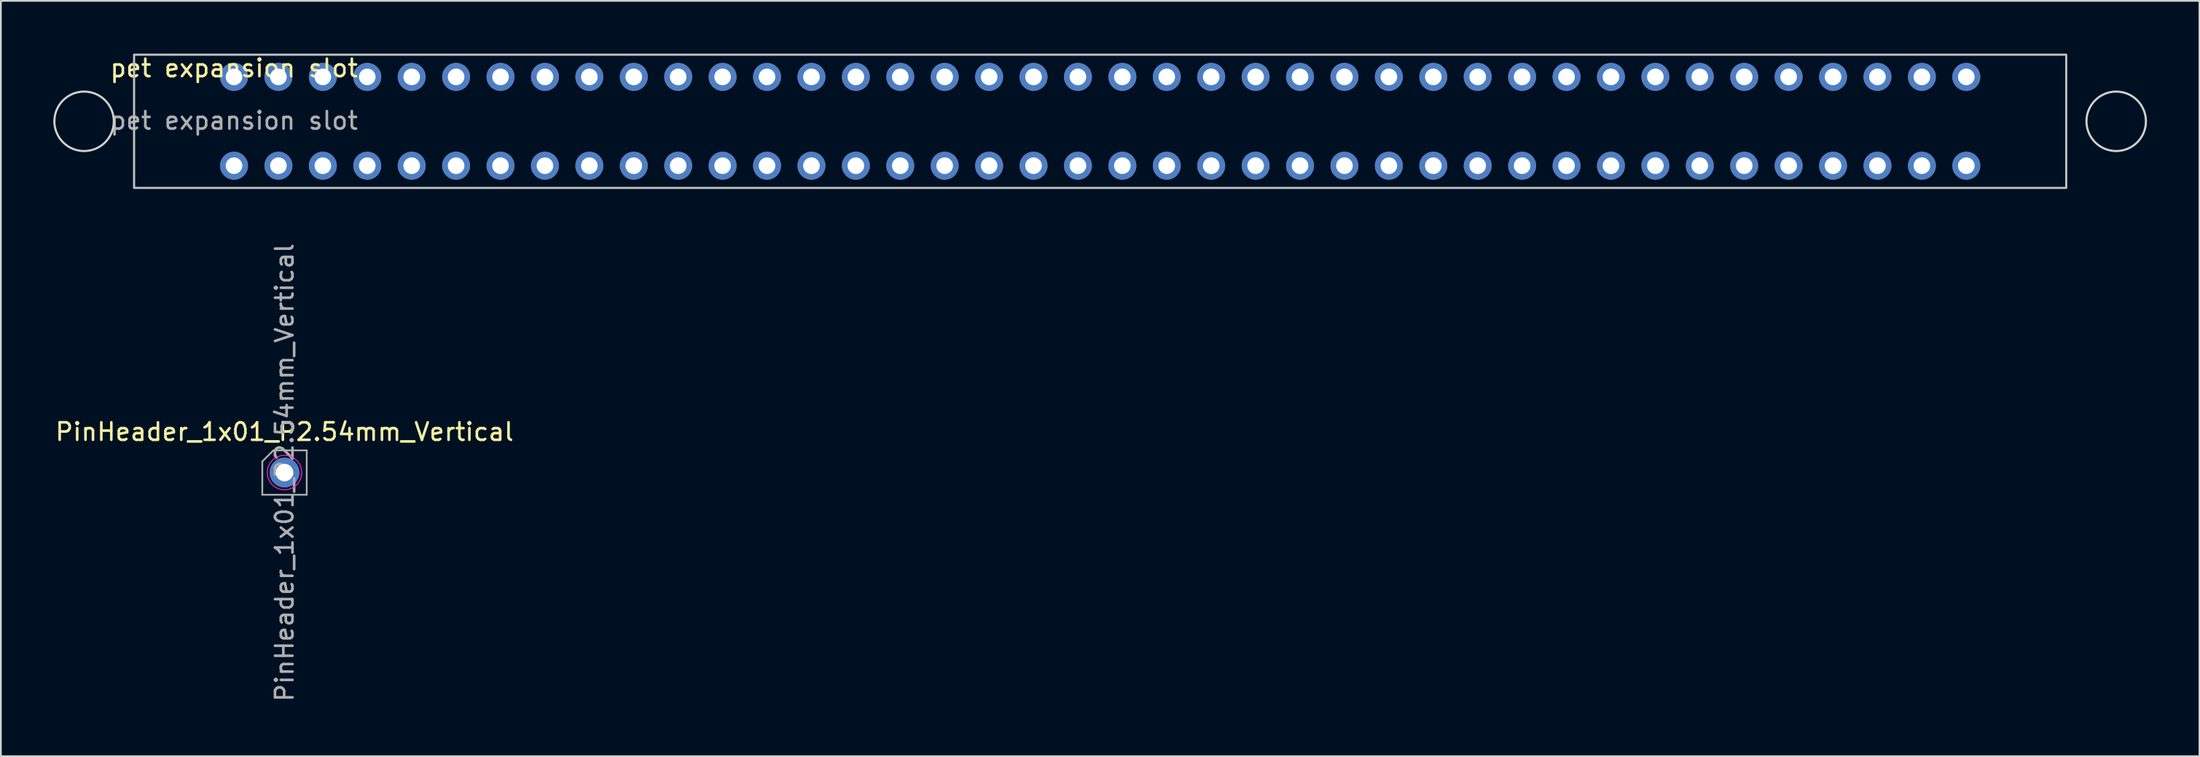
<source format=kicad_pcb>
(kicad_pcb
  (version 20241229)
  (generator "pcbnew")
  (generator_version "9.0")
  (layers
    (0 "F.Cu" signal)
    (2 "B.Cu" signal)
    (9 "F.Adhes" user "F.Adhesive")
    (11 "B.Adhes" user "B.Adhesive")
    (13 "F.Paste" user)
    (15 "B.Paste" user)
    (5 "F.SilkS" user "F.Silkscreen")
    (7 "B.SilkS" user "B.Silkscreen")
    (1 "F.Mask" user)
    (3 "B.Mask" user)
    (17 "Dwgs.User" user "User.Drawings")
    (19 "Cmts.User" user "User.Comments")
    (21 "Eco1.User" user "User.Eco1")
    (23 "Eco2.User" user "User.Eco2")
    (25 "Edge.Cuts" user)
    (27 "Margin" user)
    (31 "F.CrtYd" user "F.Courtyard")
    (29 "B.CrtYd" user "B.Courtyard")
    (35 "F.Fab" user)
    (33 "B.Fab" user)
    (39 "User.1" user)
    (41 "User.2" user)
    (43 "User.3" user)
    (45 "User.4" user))
  (footprint "pet expansion slot"
    (layer "F.Cu")
    (at 10.332 1.348)
    (property "Reference" "pet expansion slot" (at 0 -0.5 0) (unlocked yes) (layer "F.SilkS") (effects (font (size 1 1) (thickness 0.15))))
    (attr through_hole)
    (fp_rect (start -5.715 -1.27) (end 104.775 6.35) (stroke (width 0.12) (type default)) (fill no) (layer "Dwgs.User"))
    (fp_circle (center -8.572 2.54) (end -6.872 2.54) (stroke (width 0.12) (type default)) (fill no) (layer "Edge.Cuts"))
    (fp_circle (center 107.632 2.54) (end 109.332 2.54) (stroke (width 0.12) (type default)) (fill no) (layer "Edge.Cuts"))
    (fp_text user "${REFERENCE}" (at 0 2.5 0) (unlocked yes) (layer "F.Fab") (effects (font (size 1 1) (thickness 0.15))))
    (pad "1" thru_hole circle (at 0 0) (size 1.6 1.6) (drill 0.95) (layers "*.Cu" "*.Mask"))
    (pad "2" thru_hole circle (at 2.54 0) (size 1.6 1.6) (drill 0.95) (layers "*.Cu" "*.Mask"))
    (pad "3" thru_hole circle (at 5.08 0) (size 1.6 1.6) (drill 0.95) (layers "*.Cu" "*.Mask"))
    (pad "4" thru_hole circle (at 7.62 0) (size 1.6 1.6) (drill 0.95) (layers "*.Cu" "*.Mask"))
    (pad "5" thru_hole circle (at 10.16 0) (size 1.6 1.6) (drill 0.95) (layers "*.Cu" "*.Mask"))
    (pad "6" thru_hole circle (at 12.7 0) (size 1.6 1.6) (drill 0.95) (layers "*.Cu" "*.Mask"))
    (pad "7" thru_hole circle (at 15.24 0) (size 1.6 1.6) (drill 0.95) (layers "*.Cu" "*.Mask"))
    (pad "8" thru_hole circle (at 17.78 0) (size 1.6 1.6) (drill 0.95) (layers "*.Cu" "*.Mask"))
    (pad "9" thru_hole circle (at 20.32 0) (size 1.6 1.6) (drill 0.95) (layers "*.Cu" "*.Mask"))
    (pad "10" thru_hole circle (at 22.86 0) (size 1.6 1.6) (drill 0.95) (layers "*.Cu" "*.Mask"))
    (pad "11" thru_hole circle (at 25.4 0) (size 1.6 1.6) (drill 0.95) (layers "*.Cu" "*.Mask"))
    (pad "12" thru_hole circle (at 27.94 0) (size 1.6 1.6) (drill 0.95) (layers "*.Cu" "*.Mask"))
    (pad "13" thru_hole circle (at 30.48 0) (size 1.6 1.6) (drill 0.95) (layers "*.Cu" "*.Mask"))
    (pad "14" thru_hole circle (at 33.02 0) (size 1.6 1.6) (drill 0.95) (layers "*.Cu" "*.Mask"))
    (pad "15" thru_hole circle (at 35.56 0) (size 1.6 1.6) (drill 0.95) (layers "*.Cu" "*.Mask"))
    (pad "16" thru_hole circle (at 38.1 0) (size 1.6 1.6) (drill 0.95) (layers "*.Cu" "*.Mask"))
    (pad "17" thru_hole circle (at 40.64 0) (size 1.6 1.6) (drill 0.95) (layers "*.Cu" "*.Mask"))
    (pad "18" thru_hole circle (at 43.18 0) (size 1.6 1.6) (drill 0.95) (layers "*.Cu" "*.Mask"))
    (pad "19" thru_hole circle (at 45.72 0) (size 1.6 1.6) (drill 0.95) (layers "*.Cu" "*.Mask"))
    (pad "20" thru_hole circle (at 48.26 0) (size 1.6 1.6) (drill 0.95) (layers "*.Cu" "*.Mask"))
    (pad "21" thru_hole circle (at 50.8 0) (size 1.6 1.6) (drill 0.95) (layers "*.Cu" "*.Mask"))
    (pad "22" thru_hole circle (at 53.34 0) (size 1.6 1.6) (drill 0.95) (layers "*.Cu" "*.Mask"))
    (pad "23" thru_hole circle (at 55.88 0) (size 1.6 1.6) (drill 0.95) (layers "*.Cu" "*.Mask"))
    (pad "24" thru_hole circle (at 58.42 0) (size 1.6 1.6) (drill 0.95) (layers "*.Cu" "*.Mask"))
    (pad "25" thru_hole circle (at 60.96 0) (size 1.6 1.6) (drill 0.95) (layers "*.Cu" "*.Mask"))
    (pad "26" thru_hole circle (at 63.5 0) (size 1.6 1.6) (drill 0.95) (layers "*.Cu" "*.Mask"))
    (pad "27" thru_hole circle (at 66.04 0) (size 1.6 1.6) (drill 0.95) (layers "*.Cu" "*.Mask"))
    (pad "28" thru_hole circle (at 68.58 0) (size 1.6 1.6) (drill 0.95) (layers "*.Cu" "*.Mask"))
    (pad "29" thru_hole circle (at 71.12 0) (size 1.6 1.6) (drill 0.95) (layers "*.Cu" "*.Mask"))
    (pad "30" thru_hole circle (at 73.66 0) (size 1.6 1.6) (drill 0.95) (layers "*.Cu" "*.Mask"))
    (pad "31" thru_hole circle (at 76.2 0) (size 1.6 1.6) (drill 0.95) (layers "*.Cu" "*.Mask"))
    (pad "32" thru_hole circle (at 78.74 0) (size 1.6 1.6) (drill 0.95) (layers "*.Cu" "*.Mask"))
    (pad "33" thru_hole circle (at 81.28 0) (size 1.6 1.6) (drill 0.95) (layers "*.Cu" "*.Mask"))
    (pad "34" thru_hole circle (at 83.82 0) (size 1.6 1.6) (drill 0.95) (layers "*.Cu" "*.Mask"))
    (pad "35" thru_hole circle (at 86.36 0) (size 1.6 1.6) (drill 0.95) (layers "*.Cu" "*.Mask"))
    (pad "36" thru_hole circle (at 88.9 0) (size 1.6 1.6) (drill 0.95) (layers "*.Cu" "*.Mask"))
    (pad "37" thru_hole circle (at 91.44 0) (size 1.6 1.6) (drill 0.95) (layers "*.Cu" "*.Mask"))
    (pad "38" thru_hole circle (at 93.98 0) (size 1.6 1.6) (drill 0.95) (layers "*.Cu" "*.Mask"))
    (pad "39" thru_hole circle (at 96.52 0) (size 1.6 1.6) (drill 0.95) (layers "*.Cu" "*.Mask"))
    (pad "40" thru_hole circle (at 99.06 0) (size 1.6 1.6) (drill 0.95) (layers "*.Cu" "*.Mask"))
    (pad "41" thru_hole circle (at 0 5.08) (size 1.6 1.6) (drill 0.95) (layers "*.Cu" "*.Mask"))
    (pad "42" thru_hole circle (at 2.54 5.08) (size 1.6 1.6) (drill 0.95) (layers "*.Cu" "*.Mask"))
    (pad "43" thru_hole circle (at 5.08 5.08) (size 1.6 1.6) (drill 0.95) (layers "*.Cu" "*.Mask"))
    (pad "44" thru_hole circle (at 7.62 5.08) (size 1.6 1.6) (drill 0.95) (layers "*.Cu" "*.Mask"))
    (pad "45" thru_hole circle (at 10.16 5.08) (size 1.6 1.6) (drill 0.95) (layers "*.Cu" "*.Mask"))
    (pad "46" thru_hole circle (at 12.7 5.08) (size 1.6 1.6) (drill 0.95) (layers "*.Cu" "*.Mask"))
    (pad "47" thru_hole circle (at 15.24 5.08) (size 1.6 1.6) (drill 0.95) (layers "*.Cu" "*.Mask"))
    (pad "48" thru_hole circle (at 17.78 5.08) (size 1.6 1.6) (drill 0.95) (layers "*.Cu" "*.Mask"))
    (pad "49" thru_hole circle (at 20.32 5.08) (size 1.6 1.6) (drill 0.95) (layers "*.Cu" "*.Mask"))
    (pad "50" thru_hole circle (at 22.86 5.08) (size 1.6 1.6) (drill 0.95) (layers "*.Cu" "*.Mask"))
    (pad "51" thru_hole circle (at 25.4 5.08) (size 1.6 1.6) (drill 0.95) (layers "*.Cu" "*.Mask"))
    (pad "52" thru_hole circle (at 27.94 5.08) (size 1.6 1.6) (drill 0.95) (layers "*.Cu" "*.Mask"))
    (pad "53" thru_hole circle (at 30.48 5.08) (size 1.6 1.6) (drill 0.95) (layers "*.Cu" "*.Mask"))
    (pad "54" thru_hole circle (at 33.02 5.08) (size 1.6 1.6) (drill 0.95) (layers "*.Cu" "*.Mask"))
    (pad "55" thru_hole circle (at 35.56 5.08) (size 1.6 1.6) (drill 0.95) (layers "*.Cu" "*.Mask"))
    (pad "56" thru_hole circle (at 38.1 5.08) (size 1.6 1.6) (drill 0.95) (layers "*.Cu" "*.Mask"))
    (pad "57" thru_hole circle (at 40.64 5.08) (size 1.6 1.6) (drill 0.95) (layers "*.Cu" "*.Mask"))
    (pad "58" thru_hole circle (at 43.18 5.08) (size 1.6 1.6) (drill 0.95) (layers "*.Cu" "*.Mask"))
    (pad "59" thru_hole circle (at 45.72 5.08) (size 1.6 1.6) (drill 0.95) (layers "*.Cu" "*.Mask"))
    (pad "60" thru_hole circle (at 48.26 5.08) (size 1.6 1.6) (drill 0.95) (layers "*.Cu" "*.Mask"))
    (pad "61" thru_hole circle (at 50.8 5.08) (size 1.6 1.6) (drill 0.95) (layers "*.Cu" "*.Mask"))
    (pad "62" thru_hole circle (at 53.34 5.08) (size 1.6 1.6) (drill 0.95) (layers "*.Cu" "*.Mask"))
    (pad "63" thru_hole circle (at 55.88 5.08) (size 1.6 1.6) (drill 0.95) (layers "*.Cu" "*.Mask"))
    (pad "64" thru_hole circle (at 58.42 5.08) (size 1.6 1.6) (drill 0.95) (layers "*.Cu" "*.Mask"))
    (pad "65" thru_hole circle (at 60.96 5.08) (size 1.6 1.6) (drill 0.95) (layers "*.Cu" "*.Mask"))
    (pad "66" thru_hole circle (at 63.5 5.08) (size 1.6 1.6) (drill 0.95) (layers "*.Cu" "*.Mask"))
    (pad "67" thru_hole circle (at 66.04 5.08) (size 1.6 1.6) (drill 0.95) (layers "*.Cu" "*.Mask"))
    (pad "68" thru_hole circle (at 68.58 5.08) (size 1.6 1.6) (drill 0.95) (layers "*.Cu" "*.Mask"))
    (pad "69" thru_hole circle (at 71.12 5.08) (size 1.6 1.6) (drill 0.95) (layers "*.Cu" "*.Mask"))
    (pad "70" thru_hole circle (at 73.66 5.08) (size 1.6 1.6) (drill 0.95) (layers "*.Cu" "*.Mask"))
    (pad "71" thru_hole circle (at 76.2 5.08) (size 1.6 1.6) (drill 0.95) (layers "*.Cu" "*.Mask"))
    (pad "72" thru_hole circle (at 78.74 5.08) (size 1.6 1.6) (drill 0.95) (layers "*.Cu" "*.Mask"))
    (pad "73" thru_hole circle (at 81.28 5.08) (size 1.6 1.6) (drill 0.95) (layers "*.Cu" "*.Mask"))
    (pad "74" thru_hole circle (at 83.82 5.08) (size 1.6 1.6) (drill 0.95) (layers "*.Cu" "*.Mask"))
    (pad "75" thru_hole circle (at 86.36 5.08) (size 1.6 1.6) (drill 0.95) (layers "*.Cu" "*.Mask"))
    (pad "76" thru_hole circle (at 88.9 5.08) (size 1.6 1.6) (drill 0.95) (layers "*.Cu" "*.Mask"))
    (pad "77" thru_hole circle (at 91.44 5.08) (size 1.6 1.6) (drill 0.95) (layers "*.Cu" "*.Mask"))
    (pad "78" thru_hole circle (at 93.98 5.08) (size 1.6 1.6) (drill 0.95) (layers "*.Cu" "*.Mask"))
    (pad "79" thru_hole circle (at 96.52 5.08) (size 1.6 1.6) (drill 0.95) (layers "*.Cu" "*.Mask"))
    (pad "80" thru_hole circle (at 99.06 5.08) (size 1.6 1.6) (drill 0.95) (layers "*.Cu" "*.Mask")))
  (footprint "PinHeader_1x01_P2.54mm_Vertical"
    (layer "F.Cu")
    (at 13.22 23.978)
    (property "Reference" "PinHeader_1x01_P2.54mm_Vertical" (at 0 -2.33 0) (layer "F.SilkS") (effects (font (size 1 1) (thickness 0.15))))
    (attr through_hole)
    (fp_circle (center 0 0) (end 0.9 0.4) (stroke (width 0.05) (type default)) (fill no) (layer "F.CrtYd"))
    (fp_line (start -1.27 -0.635) (end -0.635 -1.27) (stroke (width 0.1) (type solid)) (layer "F.Fab"))
    (fp_line (start -1.27 1.27) (end -1.27 -0.635) (stroke (width 0.1) (type solid)) (layer "F.Fab"))
    (fp_line (start -0.635 -1.27) (end 1.27 -1.27) (stroke (width 0.1) (type solid)) (layer "F.Fab"))
    (fp_line (start 1.27 -1.27) (end 1.27 1.27) (stroke (width 0.1) (type solid)) (layer "F.Fab"))
    (fp_line (start 1.27 1.27) (end -1.27 1.27) (stroke (width 0.1) (type solid)) (layer "F.Fab"))
    (fp_text user "${REFERENCE}" (at 0 0 90) (layer "F.Fab") (effects (font (size 1 1) (thickness 0.15))))
    (pad "1" thru_hole circle (at 0 0) (size 1.7 1.7) (drill 1) (layers "*.Cu" "*.Mask")))
  (gr_rect
    (start -3 -3)
    (end 122.725 40.199)
    (stroke (width 0.1) (type default))
    (fill no)
    (layer "Edge.Cuts")))
</source>
